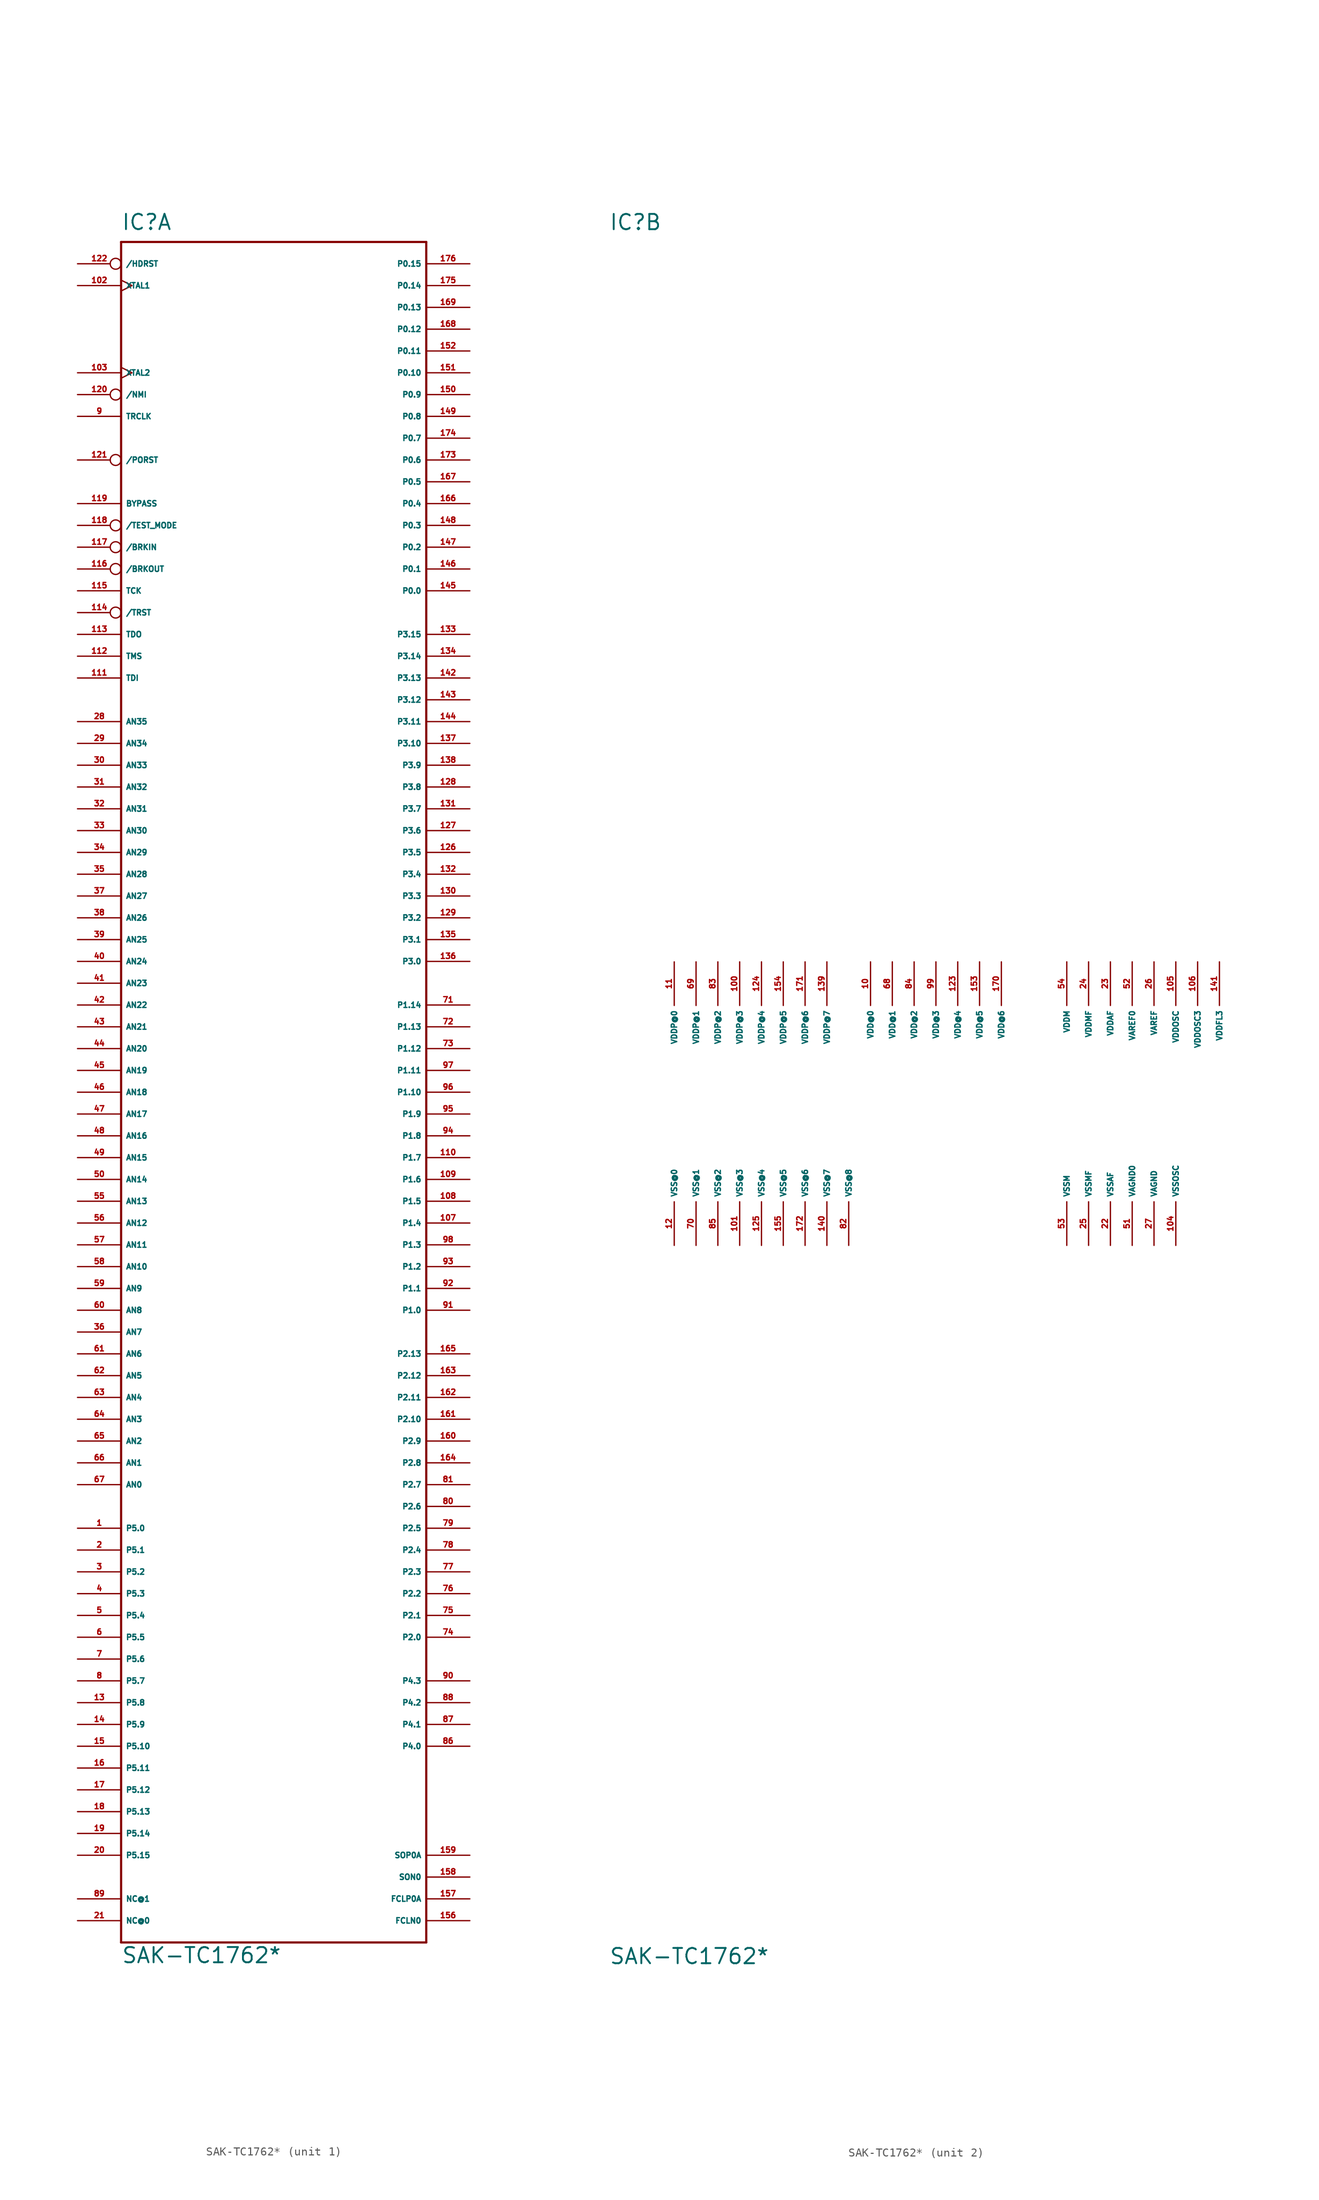
<source format=kicad_sym>
(kicad_symbol_lib
  (version 20220914)
  (generator Eagle2Kicad)
  (symbol "SAK-TC1762*"
    (property "Reference" "IC"
      (at -17.78 100.33 0)
      (effects (font (size 1.778 1.778) (thickness 0.22)) (justify left bottom)))
    (property "Value" "SAK-TC1762*"
      (at -17.78 -101.6 0)
      (effects (font (size 1.778 1.778) (thickness 0.22)) (justify left bottom)))
    (symbol "SAK-TC1762*_1_0"
      (polyline (pts (xy -17.78 99.06) (xy 17.78 99.06)) (stroke (width 0.254) (type default)) (fill (type none)))
      (polyline (pts (xy 17.78 99.06) (xy 17.78 -99.06)) (stroke (width 0.254) (type default)) (fill (type none)))
      (polyline (pts (xy 17.78 -99.06) (xy -17.78 -99.06)) (stroke (width 0.254) (type default)) (fill (type none)))
      (polyline (pts (xy -17.78 -99.06) (xy -17.78 99.06)) (stroke (width 0.254) (type default)) (fill (type none)))
      (pin passive line (at -22.86 -50.8 0) (length 5.08) (name "P5.0" (effects (font (size 0.635 0.635) (thickness 0.08)) (justify left bottom))) (number "1" (effects (font (size 0.635 0.635) (thickness 0.08)) (justify left bottom))))
      (pin passive line (at -22.86 -53.34 0) (length 5.08) (name "P5.1" (effects (font (size 0.635 0.635) (thickness 0.08)) (justify left bottom))) (number "2" (effects (font (size 0.635 0.635) (thickness 0.08)) (justify left bottom))))
      (pin passive line (at -22.86 -55.88 0) (length 5.08) (name "P5.2" (effects (font (size 0.635 0.635) (thickness 0.08)) (justify left bottom))) (number "3" (effects (font (size 0.635 0.635) (thickness 0.08)) (justify left bottom))))
      (pin passive line (at -22.86 -58.42 0) (length 5.08) (name "P5.3" (effects (font (size 0.635 0.635) (thickness 0.08)) (justify left bottom))) (number "4" (effects (font (size 0.635 0.635) (thickness 0.08)) (justify left bottom))))
      (pin passive line (at -22.86 -60.96 0) (length 5.08) (name "P5.4" (effects (font (size 0.635 0.635) (thickness 0.08)) (justify left bottom))) (number "5" (effects (font (size 0.635 0.635) (thickness 0.08)) (justify left bottom))))
      (pin passive line (at -22.86 -63.5 0) (length 5.08) (name "P5.5" (effects (font (size 0.635 0.635) (thickness 0.08)) (justify left bottom))) (number "6" (effects (font (size 0.635 0.635) (thickness 0.08)) (justify left bottom))))
      (pin passive line (at -22.86 -66.04 0) (length 5.08) (name "P5.6" (effects (font (size 0.635 0.635) (thickness 0.08)) (justify left bottom))) (number "7" (effects (font (size 0.635 0.635) (thickness 0.08)) (justify left bottom))))
      (pin passive line (at -22.86 -68.58 0) (length 5.08) (name "P5.7" (effects (font (size 0.635 0.635) (thickness 0.08)) (justify left bottom))) (number "8" (effects (font (size 0.635 0.635) (thickness 0.08)) (justify left bottom))))
      (pin passive line (at -22.86 78.74 0) (length 5.08) (name "TRCLK" (effects (font (size 0.635 0.635) (thickness 0.08)) (justify left bottom))) (number "9" (effects (font (size 0.635 0.635) (thickness 0.08)) (justify left bottom))))
      (pin passive line (at -22.86 -71.12 0) (length 5.08) (name "P5.8" (effects (font (size 0.635 0.635) (thickness 0.08)) (justify left bottom))) (number "13" (effects (font (size 0.635 0.635) (thickness 0.08)) (justify left bottom))))
      (pin passive line (at -22.86 -73.66 0) (length 5.08) (name "P5.9" (effects (font (size 0.635 0.635) (thickness 0.08)) (justify left bottom))) (number "14" (effects (font (size 0.635 0.635) (thickness 0.08)) (justify left bottom))))
      (pin passive line (at -22.86 -76.2 0) (length 5.08) (name "P5.10" (effects (font (size 0.635 0.635) (thickness 0.08)) (justify left bottom))) (number "15" (effects (font (size 0.635 0.635) (thickness 0.08)) (justify left bottom))))
      (pin passive line (at -22.86 -78.74 0) (length 5.08) (name "P5.11" (effects (font (size 0.635 0.635) (thickness 0.08)) (justify left bottom))) (number "16" (effects (font (size 0.635 0.635) (thickness 0.08)) (justify left bottom))))
      (pin passive line (at -22.86 -81.28 0) (length 5.08) (name "P5.12" (effects (font (size 0.635 0.635) (thickness 0.08)) (justify left bottom))) (number "17" (effects (font (size 0.635 0.635) (thickness 0.08)) (justify left bottom))))
      (pin passive line (at -22.86 -83.82 0) (length 5.08) (name "P5.13" (effects (font (size 0.635 0.635) (thickness 0.08)) (justify left bottom))) (number "18" (effects (font (size 0.635 0.635) (thickness 0.08)) (justify left bottom))))
      (pin passive line (at -22.86 -86.36 0) (length 5.08) (name "P5.14" (effects (font (size 0.635 0.635) (thickness 0.08)) (justify left bottom))) (number "19" (effects (font (size 0.635 0.635) (thickness 0.08)) (justify left bottom))))
      (pin passive line (at -22.86 -88.9 0) (length 5.08) (name "P5.15" (effects (font (size 0.635 0.635) (thickness 0.08)) (justify left bottom))) (number "20" (effects (font (size 0.635 0.635) (thickness 0.08)) (justify left bottom))))
      (pin passive line (at -22.86 -96.52 0) (length 5.08) (name "NC@0" (effects (font (size 0.635 0.635) (thickness 0.08)) (justify left bottom))) (number "21" (effects (font (size 0.635 0.635) (thickness 0.08)) (justify left bottom))))
      (pin passive line (at -22.86 43.18 0) (length 5.08) (name "AN35" (effects (font (size 0.635 0.635) (thickness 0.08)) (justify left bottom))) (number "28" (effects (font (size 0.635 0.635) (thickness 0.08)) (justify left bottom))))
      (pin passive line (at -22.86 40.64 0) (length 5.08) (name "AN34" (effects (font (size 0.635 0.635) (thickness 0.08)) (justify left bottom))) (number "29" (effects (font (size 0.635 0.635) (thickness 0.08)) (justify left bottom))))
      (pin passive line (at -22.86 38.1 0) (length 5.08) (name "AN33" (effects (font (size 0.635 0.635) (thickness 0.08)) (justify left bottom))) (number "30" (effects (font (size 0.635 0.635) (thickness 0.08)) (justify left bottom))))
      (pin passive line (at -22.86 35.56 0) (length 5.08) (name "AN32" (effects (font (size 0.635 0.635) (thickness 0.08)) (justify left bottom))) (number "31" (effects (font (size 0.635 0.635) (thickness 0.08)) (justify left bottom))))
      (pin passive line (at -22.86 33.02 0) (length 5.08) (name "AN31" (effects (font (size 0.635 0.635) (thickness 0.08)) (justify left bottom))) (number "32" (effects (font (size 0.635 0.635) (thickness 0.08)) (justify left bottom))))
      (pin passive line (at -22.86 30.48 0) (length 5.08) (name "AN30" (effects (font (size 0.635 0.635) (thickness 0.08)) (justify left bottom))) (number "33" (effects (font (size 0.635 0.635) (thickness 0.08)) (justify left bottom))))
      (pin passive line (at -22.86 27.94 0) (length 5.08) (name "AN29" (effects (font (size 0.635 0.635) (thickness 0.08)) (justify left bottom))) (number "34" (effects (font (size 0.635 0.635) (thickness 0.08)) (justify left bottom))))
      (pin passive line (at -22.86 25.4 0) (length 5.08) (name "AN28" (effects (font (size 0.635 0.635) (thickness 0.08)) (justify left bottom))) (number "35" (effects (font (size 0.635 0.635) (thickness 0.08)) (justify left bottom))))
      (pin passive line (at -22.86 -27.94 0) (length 5.08) (name "AN7" (effects (font (size 0.635 0.635) (thickness 0.08)) (justify left bottom))) (number "36" (effects (font (size 0.635 0.635) (thickness 0.08)) (justify left bottom))))
      (pin passive line (at -22.86 22.86 0) (length 5.08) (name "AN27" (effects (font (size 0.635 0.635) (thickness 0.08)) (justify left bottom))) (number "37" (effects (font (size 0.635 0.635) (thickness 0.08)) (justify left bottom))))
      (pin passive line (at -22.86 20.32 0) (length 5.08) (name "AN26" (effects (font (size 0.635 0.635) (thickness 0.08)) (justify left bottom))) (number "38" (effects (font (size 0.635 0.635) (thickness 0.08)) (justify left bottom))))
      (pin passive line (at -22.86 17.78 0) (length 5.08) (name "AN25" (effects (font (size 0.635 0.635) (thickness 0.08)) (justify left bottom))) (number "39" (effects (font (size 0.635 0.635) (thickness 0.08)) (justify left bottom))))
      (pin passive line (at -22.86 15.24 0) (length 5.08) (name "AN24" (effects (font (size 0.635 0.635) (thickness 0.08)) (justify left bottom))) (number "40" (effects (font (size 0.635 0.635) (thickness 0.08)) (justify left bottom))))
      (pin passive line (at -22.86 12.7 0) (length 5.08) (name "AN23" (effects (font (size 0.635 0.635) (thickness 0.08)) (justify left bottom))) (number "41" (effects (font (size 0.635 0.635) (thickness 0.08)) (justify left bottom))))
      (pin passive line (at -22.86 10.16 0) (length 5.08) (name "AN22" (effects (font (size 0.635 0.635) (thickness 0.08)) (justify left bottom))) (number "42" (effects (font (size 0.635 0.635) (thickness 0.08)) (justify left bottom))))
      (pin passive line (at -22.86 7.62 0) (length 5.08) (name "AN21" (effects (font (size 0.635 0.635) (thickness 0.08)) (justify left bottom))) (number "43" (effects (font (size 0.635 0.635) (thickness 0.08)) (justify left bottom))))
      (pin passive line (at -22.86 5.08 0) (length 5.08) (name "AN20" (effects (font (size 0.635 0.635) (thickness 0.08)) (justify left bottom))) (number "44" (effects (font (size 0.635 0.635) (thickness 0.08)) (justify left bottom))))
      (pin passive line (at -22.86 2.54 0) (length 5.08) (name "AN19" (effects (font (size 0.635 0.635) (thickness 0.08)) (justify left bottom))) (number "45" (effects (font (size 0.635 0.635) (thickness 0.08)) (justify left bottom))))
      (pin passive line (at -22.86 0 0) (length 5.08) (name "AN18" (effects (font (size 0.635 0.635) (thickness 0.08)) (justify left bottom))) (number "46" (effects (font (size 0.635 0.635) (thickness 0.08)) (justify left bottom))))
      (pin passive line (at -22.86 -2.54 0) (length 5.08) (name "AN17" (effects (font (size 0.635 0.635) (thickness 0.08)) (justify left bottom))) (number "47" (effects (font (size 0.635 0.635) (thickness 0.08)) (justify left bottom))))
      (pin passive line (at -22.86 -5.08 0) (length 5.08) (name "AN16" (effects (font (size 0.635 0.635) (thickness 0.08)) (justify left bottom))) (number "48" (effects (font (size 0.635 0.635) (thickness 0.08)) (justify left bottom))))
      (pin passive line (at -22.86 -7.62 0) (length 5.08) (name "AN15" (effects (font (size 0.635 0.635) (thickness 0.08)) (justify left bottom))) (number "49" (effects (font (size 0.635 0.635) (thickness 0.08)) (justify left bottom))))
      (pin passive line (at -22.86 -10.16 0) (length 5.08) (name "AN14" (effects (font (size 0.635 0.635) (thickness 0.08)) (justify left bottom))) (number "50" (effects (font (size 0.635 0.635) (thickness 0.08)) (justify left bottom))))
      (pin passive line (at -22.86 -12.7 0) (length 5.08) (name "AN13" (effects (font (size 0.635 0.635) (thickness 0.08)) (justify left bottom))) (number "55" (effects (font (size 0.635 0.635) (thickness 0.08)) (justify left bottom))))
      (pin passive line (at -22.86 -15.24 0) (length 5.08) (name "AN12" (effects (font (size 0.635 0.635) (thickness 0.08)) (justify left bottom))) (number "56" (effects (font (size 0.635 0.635) (thickness 0.08)) (justify left bottom))))
      (pin passive line (at -22.86 -17.78 0) (length 5.08) (name "AN11" (effects (font (size 0.635 0.635) (thickness 0.08)) (justify left bottom))) (number "57" (effects (font (size 0.635 0.635) (thickness 0.08)) (justify left bottom))))
      (pin passive line (at -22.86 -20.32 0) (length 5.08) (name "AN10" (effects (font (size 0.635 0.635) (thickness 0.08)) (justify left bottom))) (number "58" (effects (font (size 0.635 0.635) (thickness 0.08)) (justify left bottom))))
      (pin passive line (at -22.86 -22.86 0) (length 5.08) (name "AN9" (effects (font (size 0.635 0.635) (thickness 0.08)) (justify left bottom))) (number "59" (effects (font (size 0.635 0.635) (thickness 0.08)) (justify left bottom))))
      (pin passive line (at -22.86 -25.4 0) (length 5.08) (name "AN8" (effects (font (size 0.635 0.635) (thickness 0.08)) (justify left bottom))) (number "60" (effects (font (size 0.635 0.635) (thickness 0.08)) (justify left bottom))))
      (pin passive line (at -22.86 -30.48 0) (length 5.08) (name "AN6" (effects (font (size 0.635 0.635) (thickness 0.08)) (justify left bottom))) (number "61" (effects (font (size 0.635 0.635) (thickness 0.08)) (justify left bottom))))
      (pin passive line (at -22.86 -33.02 0) (length 5.08) (name "AN5" (effects (font (size 0.635 0.635) (thickness 0.08)) (justify left bottom))) (number "62" (effects (font (size 0.635 0.635) (thickness 0.08)) (justify left bottom))))
      (pin passive line (at -22.86 -35.56 0) (length 5.08) (name "AN4" (effects (font (size 0.635 0.635) (thickness 0.08)) (justify left bottom))) (number "63" (effects (font (size 0.635 0.635) (thickness 0.08)) (justify left bottom))))
      (pin passive line (at -22.86 -38.1 0) (length 5.08) (name "AN3" (effects (font (size 0.635 0.635) (thickness 0.08)) (justify left bottom))) (number "64" (effects (font (size 0.635 0.635) (thickness 0.08)) (justify left bottom))))
      (pin passive line (at -22.86 -40.64 0) (length 5.08) (name "AN2" (effects (font (size 0.635 0.635) (thickness 0.08)) (justify left bottom))) (number "65" (effects (font (size 0.635 0.635) (thickness 0.08)) (justify left bottom))))
      (pin passive line (at -22.86 -43.18 0) (length 5.08) (name "AN1" (effects (font (size 0.635 0.635) (thickness 0.08)) (justify left bottom))) (number "66" (effects (font (size 0.635 0.635) (thickness 0.08)) (justify left bottom))))
      (pin passive line (at -22.86 -45.72 0) (length 5.08) (name "AN0" (effects (font (size 0.635 0.635) (thickness 0.08)) (justify left bottom))) (number "67" (effects (font (size 0.635 0.635) (thickness 0.08)) (justify left bottom))))
      (pin passive line (at 22.86 10.16 180) (length 5.08) (name "P1.14" (effects (font (size 0.635 0.635) (thickness 0.08)) (justify left bottom))) (number "71" (effects (font (size 0.635 0.635) (thickness 0.08)) (justify left bottom))))
      (pin passive line (at 22.86 7.62 180) (length 5.08) (name "P1.13" (effects (font (size 0.635 0.635) (thickness 0.08)) (justify left bottom))) (number "72" (effects (font (size 0.635 0.635) (thickness 0.08)) (justify left bottom))))
      (pin passive line (at 22.86 5.08 180) (length 5.08) (name "P1.12" (effects (font (size 0.635 0.635) (thickness 0.08)) (justify left bottom))) (number "73" (effects (font (size 0.635 0.635) (thickness 0.08)) (justify left bottom))))
      (pin passive line (at 22.86 -63.5 180) (length 5.08) (name "P2.0" (effects (font (size 0.635 0.635) (thickness 0.08)) (justify left bottom))) (number "74" (effects (font (size 0.635 0.635) (thickness 0.08)) (justify left bottom))))
      (pin passive line (at 22.86 -60.96 180) (length 5.08) (name "P2.1" (effects (font (size 0.635 0.635) (thickness 0.08)) (justify left bottom))) (number "75" (effects (font (size 0.635 0.635) (thickness 0.08)) (justify left bottom))))
      (pin passive line (at 22.86 -58.42 180) (length 5.08) (name "P2.2" (effects (font (size 0.635 0.635) (thickness 0.08)) (justify left bottom))) (number "76" (effects (font (size 0.635 0.635) (thickness 0.08)) (justify left bottom))))
      (pin passive line (at 22.86 -55.88 180) (length 5.08) (name "P2.3" (effects (font (size 0.635 0.635) (thickness 0.08)) (justify left bottom))) (number "77" (effects (font (size 0.635 0.635) (thickness 0.08)) (justify left bottom))))
      (pin passive line (at 22.86 -53.34 180) (length 5.08) (name "P2.4" (effects (font (size 0.635 0.635) (thickness 0.08)) (justify left bottom))) (number "78" (effects (font (size 0.635 0.635) (thickness 0.08)) (justify left bottom))))
      (pin passive line (at 22.86 -50.8 180) (length 5.08) (name "P2.5" (effects (font (size 0.635 0.635) (thickness 0.08)) (justify left bottom))) (number "79" (effects (font (size 0.635 0.635) (thickness 0.08)) (justify left bottom))))
      (pin passive line (at 22.86 -48.26 180) (length 5.08) (name "P2.6" (effects (font (size 0.635 0.635) (thickness 0.08)) (justify left bottom))) (number "80" (effects (font (size 0.635 0.635) (thickness 0.08)) (justify left bottom))))
      (pin passive line (at 22.86 -45.72 180) (length 5.08) (name "P2.7" (effects (font (size 0.635 0.635) (thickness 0.08)) (justify left bottom))) (number "81" (effects (font (size 0.635 0.635) (thickness 0.08)) (justify left bottom))))
      (pin passive line (at 22.86 -76.2 180) (length 5.08) (name "P4.0" (effects (font (size 0.635 0.635) (thickness 0.08)) (justify left bottom))) (number "86" (effects (font (size 0.635 0.635) (thickness 0.08)) (justify left bottom))))
      (pin passive line (at 22.86 -73.66 180) (length 5.08) (name "P4.1" (effects (font (size 0.635 0.635) (thickness 0.08)) (justify left bottom))) (number "87" (effects (font (size 0.635 0.635) (thickness 0.08)) (justify left bottom))))
      (pin passive line (at 22.86 -71.12 180) (length 5.08) (name "P4.2" (effects (font (size 0.635 0.635) (thickness 0.08)) (justify left bottom))) (number "88" (effects (font (size 0.635 0.635) (thickness 0.08)) (justify left bottom))))
      (pin passive line (at -22.86 -93.98 0) (length 5.08) (name "NC@1" (effects (font (size 0.635 0.635) (thickness 0.08)) (justify left bottom))) (number "89" (effects (font (size 0.635 0.635) (thickness 0.08)) (justify left bottom))))
      (pin passive line (at 22.86 -68.58 180) (length 5.08) (name "P4.3" (effects (font (size 0.635 0.635) (thickness 0.08)) (justify left bottom))) (number "90" (effects (font (size 0.635 0.635) (thickness 0.08)) (justify left bottom))))
      (pin passive line (at 22.86 -25.4 180) (length 5.08) (name "P1.0" (effects (font (size 0.635 0.635) (thickness 0.08)) (justify left bottom))) (number "91" (effects (font (size 0.635 0.635) (thickness 0.08)) (justify left bottom))))
      (pin passive line (at 22.86 -22.86 180) (length 5.08) (name "P1.1" (effects (font (size 0.635 0.635) (thickness 0.08)) (justify left bottom))) (number "92" (effects (font (size 0.635 0.635) (thickness 0.08)) (justify left bottom))))
      (pin passive line (at 22.86 -20.32 180) (length 5.08) (name "P1.2" (effects (font (size 0.635 0.635) (thickness 0.08)) (justify left bottom))) (number "93" (effects (font (size 0.635 0.635) (thickness 0.08)) (justify left bottom))))
      (pin passive line (at 22.86 -5.08 180) (length 5.08) (name "P1.8" (effects (font (size 0.635 0.635) (thickness 0.08)) (justify left bottom))) (number "94" (effects (font (size 0.635 0.635) (thickness 0.08)) (justify left bottom))))
      (pin passive line (at 22.86 -2.54 180) (length 5.08) (name "P1.9" (effects (font (size 0.635 0.635) (thickness 0.08)) (justify left bottom))) (number "95" (effects (font (size 0.635 0.635) (thickness 0.08)) (justify left bottom))))
      (pin passive line (at 22.86 0 180) (length 5.08) (name "P1.10" (effects (font (size 0.635 0.635) (thickness 0.08)) (justify left bottom))) (number "96" (effects (font (size 0.635 0.635) (thickness 0.08)) (justify left bottom))))
      (pin passive line (at 22.86 2.54 180) (length 5.08) (name "P1.11" (effects (font (size 0.635 0.635) (thickness 0.08)) (justify left bottom))) (number "97" (effects (font (size 0.635 0.635) (thickness 0.08)) (justify left bottom))))
      (pin passive line (at 22.86 -17.78 180) (length 5.08) (name "P1.3" (effects (font (size 0.635 0.635) (thickness 0.08)) (justify left bottom))) (number "98" (effects (font (size 0.635 0.635) (thickness 0.08)) (justify left bottom))))
      (pin passive clock (at -22.86 93.98 0) (length 5.08) (name "XTAL1" (effects (font (size 0.635 0.635) (thickness 0.08)) (justify left bottom))) (number "102" (effects (font (size 0.635 0.635) (thickness 0.08)) (justify left bottom))))
      (pin passive clock (at -22.86 83.82 0) (length 5.08) (name "XTAL2" (effects (font (size 0.635 0.635) (thickness 0.08)) (justify left bottom))) (number "103" (effects (font (size 0.635 0.635) (thickness 0.08)) (justify left bottom))))
      (pin passive line (at 22.86 -15.24 180) (length 5.08) (name "P1.4" (effects (font (size 0.635 0.635) (thickness 0.08)) (justify left bottom))) (number "107" (effects (font (size 0.635 0.635) (thickness 0.08)) (justify left bottom))))
      (pin passive line (at 22.86 -12.7 180) (length 5.08) (name "P1.5" (effects (font (size 0.635 0.635) (thickness 0.08)) (justify left bottom))) (number "108" (effects (font (size 0.635 0.635) (thickness 0.08)) (justify left bottom))))
      (pin passive line (at 22.86 -10.16 180) (length 5.08) (name "P1.6" (effects (font (size 0.635 0.635) (thickness 0.08)) (justify left bottom))) (number "109" (effects (font (size 0.635 0.635) (thickness 0.08)) (justify left bottom))))
      (pin passive line (at 22.86 -7.62 180) (length 5.08) (name "P1.7" (effects (font (size 0.635 0.635) (thickness 0.08)) (justify left bottom))) (number "110" (effects (font (size 0.635 0.635) (thickness 0.08)) (justify left bottom))))
      (pin passive line (at -22.86 48.26 0) (length 5.08) (name "TDI" (effects (font (size 0.635 0.635) (thickness 0.08)) (justify left bottom))) (number "111" (effects (font (size 0.635 0.635) (thickness 0.08)) (justify left bottom))))
      (pin passive line (at -22.86 50.8 0) (length 5.08) (name "TMS" (effects (font (size 0.635 0.635) (thickness 0.08)) (justify left bottom))) (number "112" (effects (font (size 0.635 0.635) (thickness 0.08)) (justify left bottom))))
      (pin passive line (at -22.86 53.34 0) (length 5.08) (name "TDO" (effects (font (size 0.635 0.635) (thickness 0.08)) (justify left bottom))) (number "113" (effects (font (size 0.635 0.635) (thickness 0.08)) (justify left bottom))))
      (pin passive inverted (at -22.86 55.88 0) (length 5.08) (name "/TRST" (effects (font (size 0.635 0.635) (thickness 0.08)) (justify left bottom))) (number "114" (effects (font (size 0.635 0.635) (thickness 0.08)) (justify left bottom))))
      (pin passive line (at -22.86 58.42 0) (length 5.08) (name "TCK" (effects (font (size 0.635 0.635) (thickness 0.08)) (justify left bottom))) (number "115" (effects (font (size 0.635 0.635) (thickness 0.08)) (justify left bottom))))
      (pin passive inverted (at -22.86 60.96 0) (length 5.08) (name "/BRKOUT" (effects (font (size 0.635 0.635) (thickness 0.08)) (justify left bottom))) (number "116" (effects (font (size 0.635 0.635) (thickness 0.08)) (justify left bottom))))
      (pin passive inverted (at -22.86 63.5 0) (length 5.08) (name "/BRKIN" (effects (font (size 0.635 0.635) (thickness 0.08)) (justify left bottom))) (number "117" (effects (font (size 0.635 0.635) (thickness 0.08)) (justify left bottom))))
      (pin passive inverted (at -22.86 66.04 0) (length 5.08) (name "/TEST_MODE" (effects (font (size 0.635 0.635) (thickness 0.08)) (justify left bottom))) (number "118" (effects (font (size 0.635 0.635) (thickness 0.08)) (justify left bottom))))
      (pin passive line (at -22.86 68.58 0) (length 5.08) (name "BYPASS" (effects (font (size 0.635 0.635) (thickness 0.08)) (justify left bottom))) (number "119" (effects (font (size 0.635 0.635) (thickness 0.08)) (justify left bottom))))
      (pin passive inverted (at -22.86 81.28 0) (length 5.08) (name "/NMI" (effects (font (size 0.635 0.635) (thickness 0.08)) (justify left bottom))) (number "120" (effects (font (size 0.635 0.635) (thickness 0.08)) (justify left bottom))))
      (pin passive inverted (at -22.86 73.66 0) (length 5.08) (name "/PORST" (effects (font (size 0.635 0.635) (thickness 0.08)) (justify left bottom))) (number "121" (effects (font (size 0.635 0.635) (thickness 0.08)) (justify left bottom))))
      (pin passive inverted (at -22.86 96.52 0) (length 5.08) (name "/HDRST" (effects (font (size 0.635 0.635) (thickness 0.08)) (justify left bottom))) (number "122" (effects (font (size 0.635 0.635) (thickness 0.08)) (justify left bottom))))
      (pin passive line (at 22.86 27.94 180) (length 5.08) (name "P3.5" (effects (font (size 0.635 0.635) (thickness 0.08)) (justify left bottom))) (number "126" (effects (font (size 0.635 0.635) (thickness 0.08)) (justify left bottom))))
      (pin passive line (at 22.86 30.48 180) (length 5.08) (name "P3.6" (effects (font (size 0.635 0.635) (thickness 0.08)) (justify left bottom))) (number "127" (effects (font (size 0.635 0.635) (thickness 0.08)) (justify left bottom))))
      (pin passive line (at 22.86 35.56 180) (length 5.08) (name "P3.8" (effects (font (size 0.635 0.635) (thickness 0.08)) (justify left bottom))) (number "128" (effects (font (size 0.635 0.635) (thickness 0.08)) (justify left bottom))))
      (pin passive line (at 22.86 20.32 180) (length 5.08) (name "P3.2" (effects (font (size 0.635 0.635) (thickness 0.08)) (justify left bottom))) (number "129" (effects (font (size 0.635 0.635) (thickness 0.08)) (justify left bottom))))
      (pin passive line (at 22.86 22.86 180) (length 5.08) (name "P3.3" (effects (font (size 0.635 0.635) (thickness 0.08)) (justify left bottom))) (number "130" (effects (font (size 0.635 0.635) (thickness 0.08)) (justify left bottom))))
      (pin passive line (at 22.86 33.02 180) (length 5.08) (name "P3.7" (effects (font (size 0.635 0.635) (thickness 0.08)) (justify left bottom))) (number "131" (effects (font (size 0.635 0.635) (thickness 0.08)) (justify left bottom))))
      (pin passive line (at 22.86 25.4 180) (length 5.08) (name "P3.4" (effects (font (size 0.635 0.635) (thickness 0.08)) (justify left bottom))) (number "132" (effects (font (size 0.635 0.635) (thickness 0.08)) (justify left bottom))))
      (pin passive line (at 22.86 53.34 180) (length 5.08) (name "P3.15" (effects (font (size 0.635 0.635) (thickness 0.08)) (justify left bottom))) (number "133" (effects (font (size 0.635 0.635) (thickness 0.08)) (justify left bottom))))
      (pin passive line (at 22.86 50.8 180) (length 5.08) (name "P3.14" (effects (font (size 0.635 0.635) (thickness 0.08)) (justify left bottom))) (number "134" (effects (font (size 0.635 0.635) (thickness 0.08)) (justify left bottom))))
      (pin passive line (at 22.86 17.78 180) (length 5.08) (name "P3.1" (effects (font (size 0.635 0.635) (thickness 0.08)) (justify left bottom))) (number "135" (effects (font (size 0.635 0.635) (thickness 0.08)) (justify left bottom))))
      (pin passive line (at 22.86 15.24 180) (length 5.08) (name "P3.0" (effects (font (size 0.635 0.635) (thickness 0.08)) (justify left bottom))) (number "136" (effects (font (size 0.635 0.635) (thickness 0.08)) (justify left bottom))))
      (pin passive line (at 22.86 40.64 180) (length 5.08) (name "P3.10" (effects (font (size 0.635 0.635) (thickness 0.08)) (justify left bottom))) (number "137" (effects (font (size 0.635 0.635) (thickness 0.08)) (justify left bottom))))
      (pin passive line (at 22.86 38.1 180) (length 5.08) (name "P3.9" (effects (font (size 0.635 0.635) (thickness 0.08)) (justify left bottom))) (number "138" (effects (font (size 0.635 0.635) (thickness 0.08)) (justify left bottom))))
      (pin passive line (at 22.86 48.26 180) (length 5.08) (name "P3.13" (effects (font (size 0.635 0.635) (thickness 0.08)) (justify left bottom))) (number "142" (effects (font (size 0.635 0.635) (thickness 0.08)) (justify left bottom))))
      (pin passive line (at 22.86 45.72 180) (length 5.08) (name "P3.12" (effects (font (size 0.635 0.635) (thickness 0.08)) (justify left bottom))) (number "143" (effects (font (size 0.635 0.635) (thickness 0.08)) (justify left bottom))))
      (pin passive line (at 22.86 43.18 180) (length 5.08) (name "P3.11" (effects (font (size 0.635 0.635) (thickness 0.08)) (justify left bottom))) (number "144" (effects (font (size 0.635 0.635) (thickness 0.08)) (justify left bottom))))
      (pin passive line (at 22.86 58.42 180) (length 5.08) (name "P0.0" (effects (font (size 0.635 0.635) (thickness 0.08)) (justify left bottom))) (number "145" (effects (font (size 0.635 0.635) (thickness 0.08)) (justify left bottom))))
      (pin passive line (at 22.86 60.96 180) (length 5.08) (name "P0.1" (effects (font (size 0.635 0.635) (thickness 0.08)) (justify left bottom))) (number "146" (effects (font (size 0.635 0.635) (thickness 0.08)) (justify left bottom))))
      (pin passive line (at 22.86 63.5 180) (length 5.08) (name "P0.2" (effects (font (size 0.635 0.635) (thickness 0.08)) (justify left bottom))) (number "147" (effects (font (size 0.635 0.635) (thickness 0.08)) (justify left bottom))))
      (pin passive line (at 22.86 66.04 180) (length 5.08) (name "P0.3" (effects (font (size 0.635 0.635) (thickness 0.08)) (justify left bottom))) (number "148" (effects (font (size 0.635 0.635) (thickness 0.08)) (justify left bottom))))
      (pin passive line (at 22.86 78.74 180) (length 5.08) (name "P0.8" (effects (font (size 0.635 0.635) (thickness 0.08)) (justify left bottom))) (number "149" (effects (font (size 0.635 0.635) (thickness 0.08)) (justify left bottom))))
      (pin passive line (at 22.86 81.28 180) (length 5.08) (name "P0.9" (effects (font (size 0.635 0.635) (thickness 0.08)) (justify left bottom))) (number "150" (effects (font (size 0.635 0.635) (thickness 0.08)) (justify left bottom))))
      (pin passive line (at 22.86 83.82 180) (length 5.08) (name "P0.10" (effects (font (size 0.635 0.635) (thickness 0.08)) (justify left bottom))) (number "151" (effects (font (size 0.635 0.635) (thickness 0.08)) (justify left bottom))))
      (pin passive line (at 22.86 86.36 180) (length 5.08) (name "P0.11" (effects (font (size 0.635 0.635) (thickness 0.08)) (justify left bottom))) (number "152" (effects (font (size 0.635 0.635) (thickness 0.08)) (justify left bottom))))
      (pin passive line (at 22.86 -96.52 180) (length 5.08) (name "FCLN0" (effects (font (size 0.635 0.635) (thickness 0.08)) (justify left bottom))) (number "156" (effects (font (size 0.635 0.635) (thickness 0.08)) (justify left bottom))))
      (pin passive line (at 22.86 -93.98 180) (length 5.08) (name "FCLP0A" (effects (font (size 0.635 0.635) (thickness 0.08)) (justify left bottom))) (number "157" (effects (font (size 0.635 0.635) (thickness 0.08)) (justify left bottom))))
      (pin passive line (at 22.86 -91.44 180) (length 5.08) (name "SON0" (effects (font (size 0.635 0.635) (thickness 0.08)) (justify left bottom))) (number "158" (effects (font (size 0.635 0.635) (thickness 0.08)) (justify left bottom))))
      (pin passive line (at 22.86 -88.9 180) (length 5.08) (name "SOP0A" (effects (font (size 0.635 0.635) (thickness 0.08)) (justify left bottom))) (number "159" (effects (font (size 0.635 0.635) (thickness 0.08)) (justify left bottom))))
      (pin passive line (at 22.86 -40.64 180) (length 5.08) (name "P2.9" (effects (font (size 0.635 0.635) (thickness 0.08)) (justify left bottom))) (number "160" (effects (font (size 0.635 0.635) (thickness 0.08)) (justify left bottom))))
      (pin passive line (at 22.86 -38.1 180) (length 5.08) (name "P2.10" (effects (font (size 0.635 0.635) (thickness 0.08)) (justify left bottom))) (number "161" (effects (font (size 0.635 0.635) (thickness 0.08)) (justify left bottom))))
      (pin passive line (at 22.86 -35.56 180) (length 5.08) (name "P2.11" (effects (font (size 0.635 0.635) (thickness 0.08)) (justify left bottom))) (number "162" (effects (font (size 0.635 0.635) (thickness 0.08)) (justify left bottom))))
      (pin passive line (at 22.86 -33.02 180) (length 5.08) (name "P2.12" (effects (font (size 0.635 0.635) (thickness 0.08)) (justify left bottom))) (number "163" (effects (font (size 0.635 0.635) (thickness 0.08)) (justify left bottom))))
      (pin passive line (at 22.86 -43.18 180) (length 5.08) (name "P2.8" (effects (font (size 0.635 0.635) (thickness 0.08)) (justify left bottom))) (number "164" (effects (font (size 0.635 0.635) (thickness 0.08)) (justify left bottom))))
      (pin passive line (at 22.86 -30.48 180) (length 5.08) (name "P2.13" (effects (font (size 0.635 0.635) (thickness 0.08)) (justify left bottom))) (number "165" (effects (font (size 0.635 0.635) (thickness 0.08)) (justify left bottom))))
      (pin passive line (at 22.86 68.58 180) (length 5.08) (name "P0.4" (effects (font (size 0.635 0.635) (thickness 0.08)) (justify left bottom))) (number "166" (effects (font (size 0.635 0.635) (thickness 0.08)) (justify left bottom))))
      (pin passive line (at 22.86 71.12 180) (length 5.08) (name "P0.5" (effects (font (size 0.635 0.635) (thickness 0.08)) (justify left bottom))) (number "167" (effects (font (size 0.635 0.635) (thickness 0.08)) (justify left bottom))))
      (pin passive line (at 22.86 88.9 180) (length 5.08) (name "P0.12" (effects (font (size 0.635 0.635) (thickness 0.08)) (justify left bottom))) (number "168" (effects (font (size 0.635 0.635) (thickness 0.08)) (justify left bottom))))
      (pin passive line (at 22.86 91.44 180) (length 5.08) (name "P0.13" (effects (font (size 0.635 0.635) (thickness 0.08)) (justify left bottom))) (number "169" (effects (font (size 0.635 0.635) (thickness 0.08)) (justify left bottom))))
      (pin passive line (at 22.86 73.66 180) (length 5.08) (name "P0.6" (effects (font (size 0.635 0.635) (thickness 0.08)) (justify left bottom))) (number "173" (effects (font (size 0.635 0.635) (thickness 0.08)) (justify left bottom))))
      (pin passive line (at 22.86 76.2 180) (length 5.08) (name "P0.7" (effects (font (size 0.635 0.635) (thickness 0.08)) (justify left bottom))) (number "174" (effects (font (size 0.635 0.635) (thickness 0.08)) (justify left bottom))))
      (pin passive line (at 22.86 93.98 180) (length 5.08) (name "P0.14" (effects (font (size 0.635 0.635) (thickness 0.08)) (justify left bottom))) (number "175" (effects (font (size 0.635 0.635) (thickness 0.08)) (justify left bottom))))
      (pin passive line (at 22.86 96.52 180) (length 5.08) (name "P0.15" (effects (font (size 0.635 0.635) (thickness 0.08)) (justify left bottom))) (number "176" (effects (font (size 0.635 0.635) (thickness 0.08)) (justify left bottom)))))
    (symbol "SAK-TC1762*_2_0"
      (pin unspecified line (at -10.16 -17.78 90) (length 5.08) (name "VSS@0" (effects (font (size 0.635 0.635) (thickness 0.08)) (justify left bottom))) (number "12" (effects (font (size 0.635 0.635) (thickness 0.08)) (justify left bottom))))
      (pin unspecified line (at -7.62 -17.78 90) (length 5.08) (name "VSS@1" (effects (font (size 0.635 0.635) (thickness 0.08)) (justify left bottom))) (number "70" (effects (font (size 0.635 0.635) (thickness 0.08)) (justify left bottom))))
      (pin unspecified line (at -5.08 -17.78 90) (length 5.08) (name "VSS@2" (effects (font (size 0.635 0.635) (thickness 0.08)) (justify left bottom))) (number "85" (effects (font (size 0.635 0.635) (thickness 0.08)) (justify left bottom))))
      (pin unspecified line (at -2.54 -17.78 90) (length 5.08) (name "VSS@3" (effects (font (size 0.635 0.635) (thickness 0.08)) (justify left bottom))) (number "101" (effects (font (size 0.635 0.635) (thickness 0.08)) (justify left bottom))))
      (pin unspecified line (at 0 -17.78 90) (length 5.08) (name "VSS@4" (effects (font (size 0.635 0.635) (thickness 0.08)) (justify left bottom))) (number "125" (effects (font (size 0.635 0.635) (thickness 0.08)) (justify left bottom))))
      (pin unspecified line (at 2.54 -17.78 90) (length 5.08) (name "VSS@5" (effects (font (size 0.635 0.635) (thickness 0.08)) (justify left bottom))) (number "155" (effects (font (size 0.635 0.635) (thickness 0.08)) (justify left bottom))))
      (pin unspecified line (at 5.08 -17.78 90) (length 5.08) (name "VSS@6" (effects (font (size 0.635 0.635) (thickness 0.08)) (justify left bottom))) (number "172" (effects (font (size 0.635 0.635) (thickness 0.08)) (justify left bottom))))
      (pin unspecified line (at 7.62 -17.78 90) (length 5.08) (name "VSS@7" (effects (font (size 0.635 0.635) (thickness 0.08)) (justify left bottom))) (number "140" (effects (font (size 0.635 0.635) (thickness 0.08)) (justify left bottom))))
      (pin unspecified line (at 10.16 -17.78 90) (length 5.08) (name "VSS@8" (effects (font (size 0.635 0.635) (thickness 0.08)) (justify left bottom))) (number "82" (effects (font (size 0.635 0.635) (thickness 0.08)) (justify left bottom))))
      (pin unspecified line (at -10.16 15.24 270) (length 5.08) (name "VDDP@0" (effects (font (size 0.635 0.635) (thickness 0.08)) (justify left bottom))) (number "11" (effects (font (size 0.635 0.635) (thickness 0.08)) (justify left bottom))))
      (pin unspecified line (at -7.62 15.24 270) (length 5.08) (name "VDDP@1" (effects (font (size 0.635 0.635) (thickness 0.08)) (justify left bottom))) (number "69" (effects (font (size 0.635 0.635) (thickness 0.08)) (justify left bottom))))
      (pin unspecified line (at -5.08 15.24 270) (length 5.08) (name "VDDP@2" (effects (font (size 0.635 0.635) (thickness 0.08)) (justify left bottom))) (number "83" (effects (font (size 0.635 0.635) (thickness 0.08)) (justify left bottom))))
      (pin unspecified line (at -2.54 15.24 270) (length 5.08) (name "VDDP@3" (effects (font (size 0.635 0.635) (thickness 0.08)) (justify left bottom))) (number "100" (effects (font (size 0.635 0.635) (thickness 0.08)) (justify left bottom))))
      (pin unspecified line (at 0 15.24 270) (length 5.08) (name "VDDP@4" (effects (font (size 0.635 0.635) (thickness 0.08)) (justify left bottom))) (number "124" (effects (font (size 0.635 0.635) (thickness 0.08)) (justify left bottom))))
      (pin unspecified line (at 2.54 15.24 270) (length 5.08) (name "VDDP@5" (effects (font (size 0.635 0.635) (thickness 0.08)) (justify left bottom))) (number "154" (effects (font (size 0.635 0.635) (thickness 0.08)) (justify left bottom))))
      (pin unspecified line (at 5.08 15.24 270) (length 5.08) (name "VDDP@6" (effects (font (size 0.635 0.635) (thickness 0.08)) (justify left bottom))) (number "171" (effects (font (size 0.635 0.635) (thickness 0.08)) (justify left bottom))))
      (pin unspecified line (at 7.62 15.24 270) (length 5.08) (name "VDDP@7" (effects (font (size 0.635 0.635) (thickness 0.08)) (justify left bottom))) (number "139" (effects (font (size 0.635 0.635) (thickness 0.08)) (justify left bottom))))
      (pin unspecified line (at 12.7 15.24 270) (length 5.08) (name "VDD@0" (effects (font (size 0.635 0.635) (thickness 0.08)) (justify left bottom))) (number "10" (effects (font (size 0.635 0.635) (thickness 0.08)) (justify left bottom))))
      (pin unspecified line (at 15.24 15.24 270) (length 5.08) (name "VDD@1" (effects (font (size 0.635 0.635) (thickness 0.08)) (justify left bottom))) (number "68" (effects (font (size 0.635 0.635) (thickness 0.08)) (justify left bottom))))
      (pin unspecified line (at 17.78 15.24 270) (length 5.08) (name "VDD@2" (effects (font (size 0.635 0.635) (thickness 0.08)) (justify left bottom))) (number "84" (effects (font (size 0.635 0.635) (thickness 0.08)) (justify left bottom))))
      (pin unspecified line (at 20.32 15.24 270) (length 5.08) (name "VDD@3" (effects (font (size 0.635 0.635) (thickness 0.08)) (justify left bottom))) (number "99" (effects (font (size 0.635 0.635) (thickness 0.08)) (justify left bottom))))
      (pin unspecified line (at 22.86 15.24 270) (length 5.08) (name "VDD@4" (effects (font (size 0.635 0.635) (thickness 0.08)) (justify left bottom))) (number "123" (effects (font (size 0.635 0.635) (thickness 0.08)) (justify left bottom))))
      (pin unspecified line (at 25.4 15.24 270) (length 5.08) (name "VDD@5" (effects (font (size 0.635 0.635) (thickness 0.08)) (justify left bottom))) (number "153" (effects (font (size 0.635 0.635) (thickness 0.08)) (justify left bottom))))
      (pin unspecified line (at 27.94 15.24 270) (length 5.08) (name "VDD@6" (effects (font (size 0.635 0.635) (thickness 0.08)) (justify left bottom))) (number "170" (effects (font (size 0.635 0.635) (thickness 0.08)) (justify left bottom))))
      (pin unspecified line (at 35.56 15.24 270) (length 5.08) (name "VDDM" (effects (font (size 0.635 0.635) (thickness 0.08)) (justify left bottom))) (number "54" (effects (font (size 0.635 0.635) (thickness 0.08)) (justify left bottom))))
      (pin unspecified line (at 35.56 -17.78 90) (length 5.08) (name "VSSM" (effects (font (size 0.635 0.635) (thickness 0.08)) (justify left bottom))) (number "53" (effects (font (size 0.635 0.635) (thickness 0.08)) (justify left bottom))))
      (pin unspecified line (at 38.1 15.24 270) (length 5.08) (name "VDDMF" (effects (font (size 0.635 0.635) (thickness 0.08)) (justify left bottom))) (number "24" (effects (font (size 0.635 0.635) (thickness 0.08)) (justify left bottom))))
      (pin unspecified line (at 38.1 -17.78 90) (length 5.08) (name "VSSMF" (effects (font (size 0.635 0.635) (thickness 0.08)) (justify left bottom))) (number "25" (effects (font (size 0.635 0.635) (thickness 0.08)) (justify left bottom))))
      (pin unspecified line (at 40.64 15.24 270) (length 5.08) (name "VDDAF" (effects (font (size 0.635 0.635) (thickness 0.08)) (justify left bottom))) (number "23" (effects (font (size 0.635 0.635) (thickness 0.08)) (justify left bottom))))
      (pin unspecified line (at 40.64 -17.78 90) (length 5.08) (name "VSSAF" (effects (font (size 0.635 0.635) (thickness 0.08)) (justify left bottom))) (number "22" (effects (font (size 0.635 0.635) (thickness 0.08)) (justify left bottom))))
      (pin unspecified line (at 43.18 15.24 270) (length 5.08) (name "VAREF0" (effects (font (size 0.635 0.635) (thickness 0.08)) (justify left bottom))) (number "52" (effects (font (size 0.635 0.635) (thickness 0.08)) (justify left bottom))))
      (pin unspecified line (at 43.18 -17.78 90) (length 5.08) (name "VAGND0" (effects (font (size 0.635 0.635) (thickness 0.08)) (justify left bottom))) (number "51" (effects (font (size 0.635 0.635) (thickness 0.08)) (justify left bottom))))
      (pin unspecified line (at 45.72 15.24 270) (length 5.08) (name "VAREF" (effects (font (size 0.635 0.635) (thickness 0.08)) (justify left bottom))) (number "26" (effects (font (size 0.635 0.635) (thickness 0.08)) (justify left bottom))))
      (pin unspecified line (at 45.72 -17.78 90) (length 5.08) (name "VAGND" (effects (font (size 0.635 0.635) (thickness 0.08)) (justify left bottom))) (number "27" (effects (font (size 0.635 0.635) (thickness 0.08)) (justify left bottom))))
      (pin unspecified line (at 48.26 15.24 270) (length 5.08) (name "VDDOSC" (effects (font (size 0.635 0.635) (thickness 0.08)) (justify left bottom))) (number "105" (effects (font (size 0.635 0.635) (thickness 0.08)) (justify left bottom))))
      (pin unspecified line (at 50.8 15.24 270) (length 5.08) (name "VDDOSC3" (effects (font (size 0.635 0.635) (thickness 0.08)) (justify left bottom))) (number "106" (effects (font (size 0.635 0.635) (thickness 0.08)) (justify left bottom))))
      (pin unspecified line (at 48.26 -17.78 90) (length 5.08) (name "VSSOSC" (effects (font (size 0.635 0.635) (thickness 0.08)) (justify left bottom))) (number "104" (effects (font (size 0.635 0.635) (thickness 0.08)) (justify left bottom))))
      (pin unspecified line (at 53.34 15.24 270) (length 5.08) (name "VDDFL3" (effects (font (size 0.635 0.635) (thickness 0.08)) (justify left bottom))) (number "141" (effects (font (size 0.635 0.635) (thickness 0.08)) (justify left bottom)))))))
</source>
